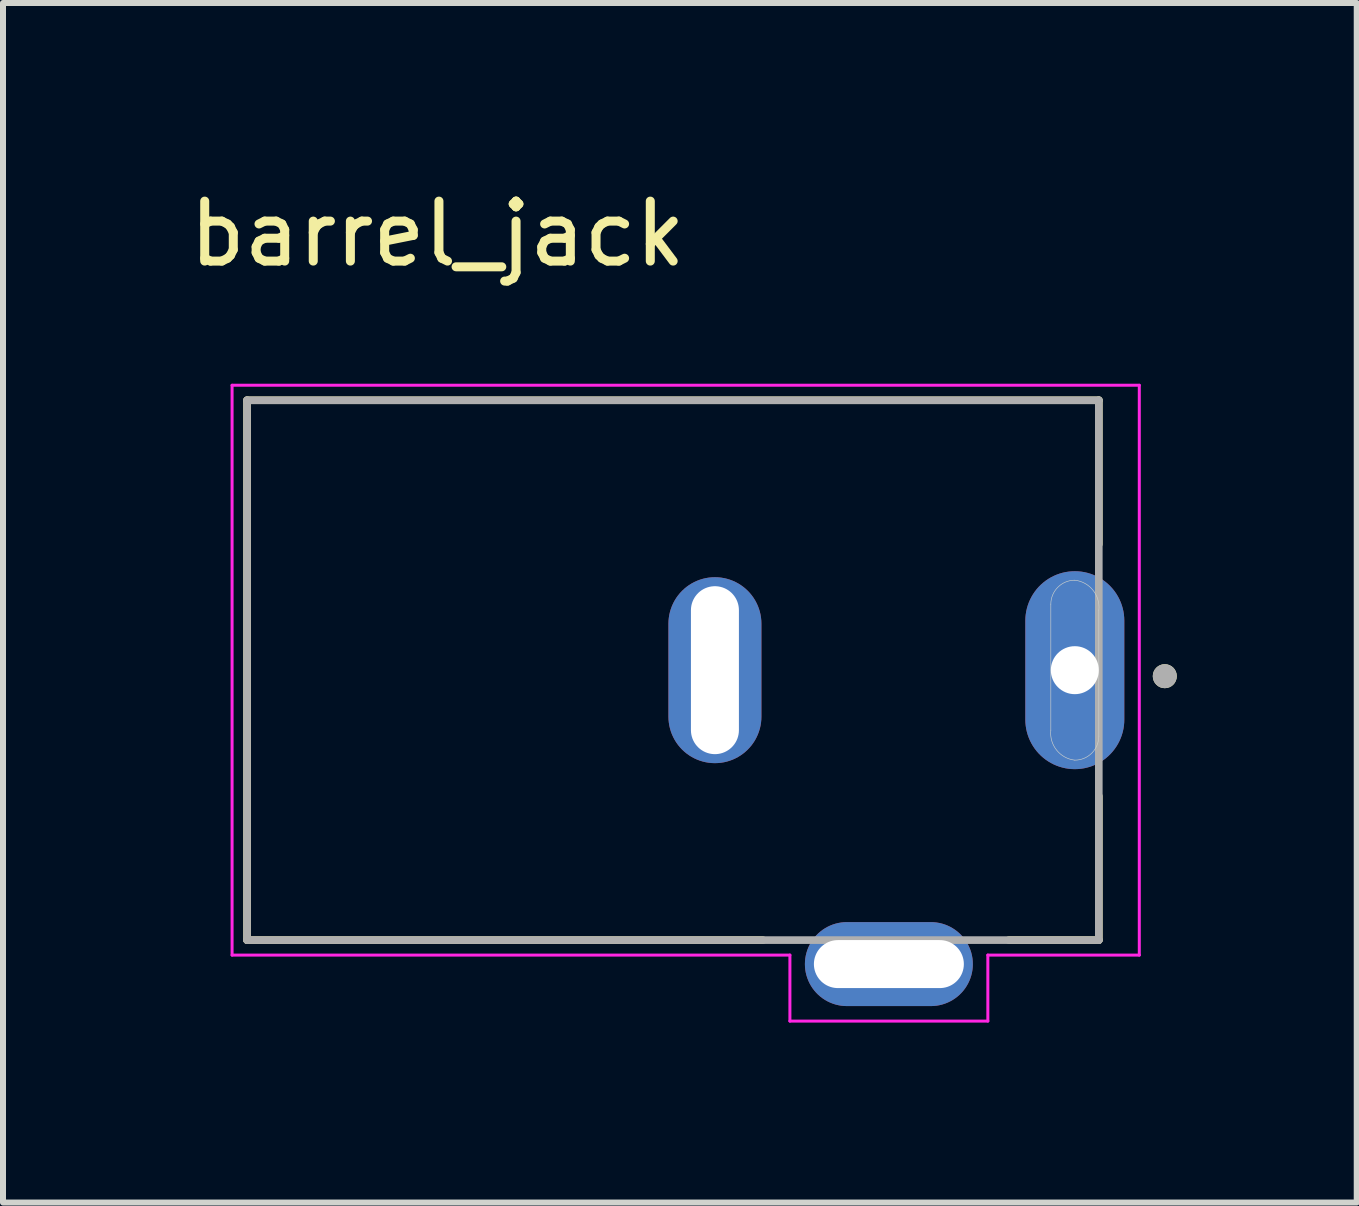
<source format=kicad_pcb>
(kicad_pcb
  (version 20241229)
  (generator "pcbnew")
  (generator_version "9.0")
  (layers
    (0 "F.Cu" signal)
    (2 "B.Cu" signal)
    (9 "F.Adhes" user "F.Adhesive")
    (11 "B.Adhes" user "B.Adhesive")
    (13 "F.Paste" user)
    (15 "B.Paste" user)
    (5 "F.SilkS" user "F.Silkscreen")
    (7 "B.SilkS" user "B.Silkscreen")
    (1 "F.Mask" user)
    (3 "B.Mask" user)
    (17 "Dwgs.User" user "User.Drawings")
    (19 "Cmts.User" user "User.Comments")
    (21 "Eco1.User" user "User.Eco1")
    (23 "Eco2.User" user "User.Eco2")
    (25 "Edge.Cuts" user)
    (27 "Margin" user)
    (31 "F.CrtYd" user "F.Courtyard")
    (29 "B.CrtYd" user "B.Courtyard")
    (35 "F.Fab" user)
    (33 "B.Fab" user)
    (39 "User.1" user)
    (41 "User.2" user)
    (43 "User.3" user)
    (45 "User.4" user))
  (footprint "barrel_jack"
    (layer "F.Cu")
    (at 14.869 8.123)
    (property "Reference" "barrel_jack" (at -10.625 -7.275 0) (layer "F.SilkS") (effects (font (size 1 1) (thickness 0.15))))
    (attr through_hole)
    (fp_line (start -13.8 -4.5) (end -13.8 4.5) (stroke (width 0.127) (type solid)) (layer "F.SilkS"))
    (fp_line (start -13.8 4.5) (end -5.2 4.5) (stroke (width 0.127) (type solid)) (layer "F.SilkS"))
    (fp_line (start -1.1 4.5) (end 0.4 4.5) (stroke (width 0.127) (type solid)) (layer "F.SilkS"))
    (fp_line (start 0.4 -4.5) (end -13.8 -4.5) (stroke (width 0.127) (type solid)) (layer "F.SilkS"))
    (fp_line (start 0.4 -4.5) (end 0.4 -2.1) (stroke (width 0.127) (type solid)) (layer "F.SilkS"))
    (fp_line (start 0.4 4.5) (end 0.4 2.1) (stroke (width 0.127) (type solid)) (layer "F.SilkS"))
    (fp_circle (center 1.5 0.1) (end 1.6 0.1) (stroke (width 0.2) (type solid)) (fill no) (layer "F.SilkS"))
    (fp_line (start -0.4 -1.1) (end -0.4 1) (stroke (width 0.01) (type solid)) (layer "Edge.Cuts"))
    (fp_line (start 0.4 1.1) (end 0.4 -1) (stroke (width 0.01) (type solid)) (layer "Edge.Cuts"))
    (fp_arc (start -0.4 -1.1) (mid -0.282843 -1.382843) (end 0 -1.5) (stroke (width 0.01) (type solid)) (layer "Edge.Cuts"))
    (fp_arc (start 0 -1.5) (mid 0.303553 -1.332843) (end 0.4 -1) (stroke (width 0.01) (type solid)) (layer "Edge.Cuts"))
    (fp_arc (start 0 1.5) (mid -0.303553 1.332843) (end -0.4 1) (stroke (width 0.01) (type solid)) (layer "Edge.Cuts"))
    (fp_arc (start 0.4 1.1) (mid 0.282843 1.382843) (end 0 1.5) (stroke (width 0.01) (type solid)) (layer "Edge.Cuts"))
    (fp_line (start -14.05 -4.75) (end -14.05 4.75) (stroke (width 0.05) (type solid)) (layer "F.CrtYd"))
    (fp_line (start -4.75 4.75) (end -14.05 4.75) (stroke (width 0.05) (type solid)) (layer "F.CrtYd"))
    (fp_line (start -4.75 5.85) (end -4.75 4.75) (stroke (width 0.05) (type solid)) (layer "F.CrtYd"))
    (fp_line (start -4.75 5.85) (end -1.45 5.85) (stroke (width 0.05) (type solid)) (layer "F.CrtYd"))
    (fp_line (start -1.45 4.75) (end 1.075 4.75) (stroke (width 0.05) (type solid)) (layer "F.CrtYd"))
    (fp_line (start -1.45 5.85) (end -1.45 4.75) (stroke (width 0.05) (type solid)) (layer "F.CrtYd"))
    (fp_line (start 1.075 -4.75) (end -14.05 -4.75) (stroke (width 0.05) (type solid)) (layer "F.CrtYd"))
    (fp_line (start 1.075 4.75) (end 1.075 -4.75) (stroke (width 0.05) (type solid)) (layer "F.CrtYd"))
    (fp_line (start -13.8 -4.5) (end -13.8 4.5) (stroke (width 0.127) (type solid)) (layer "F.Fab"))
    (fp_line (start -13.8 4.5) (end 0.4 4.5) (stroke (width 0.127) (type solid)) (layer "F.Fab"))
    (fp_line (start 0.4 -4.5) (end -13.8 -4.5) (stroke (width 0.127) (type solid)) (layer "F.Fab"))
    (fp_line (start 0.4 4.5) (end 0.4 -4.5) (stroke (width 0.127) (type solid)) (layer "F.Fab"))
    (fp_circle (center 1.5 0.1) (end 1.6 0.1) (stroke (width 0.2) (type solid)) (fill no) (layer "F.Fab"))
    (pad "1" thru_hole oval (at 0 0) (size 1.65 3.3) (drill 0.8) (layers "*.Cu" "*.Mask"))
    (pad "2" thru_hole oval (at -6 0) (size 1.55 3.1) (drill oval 0.8 2.8) (layers "*.Cu" "*.Mask"))
    (pad "3" thru_hole oval (at -3.1 4.9) (size 2.8 1.4) (drill oval 2.5 0.8) (layers "*.Cu" "*.Mask")))
  (gr_rect
    (start -3 -3)
    (end 19.569 16.998)
    (stroke (width 0.1) (type default))
    (fill no)
    (layer "Edge.Cuts")))
</source>
